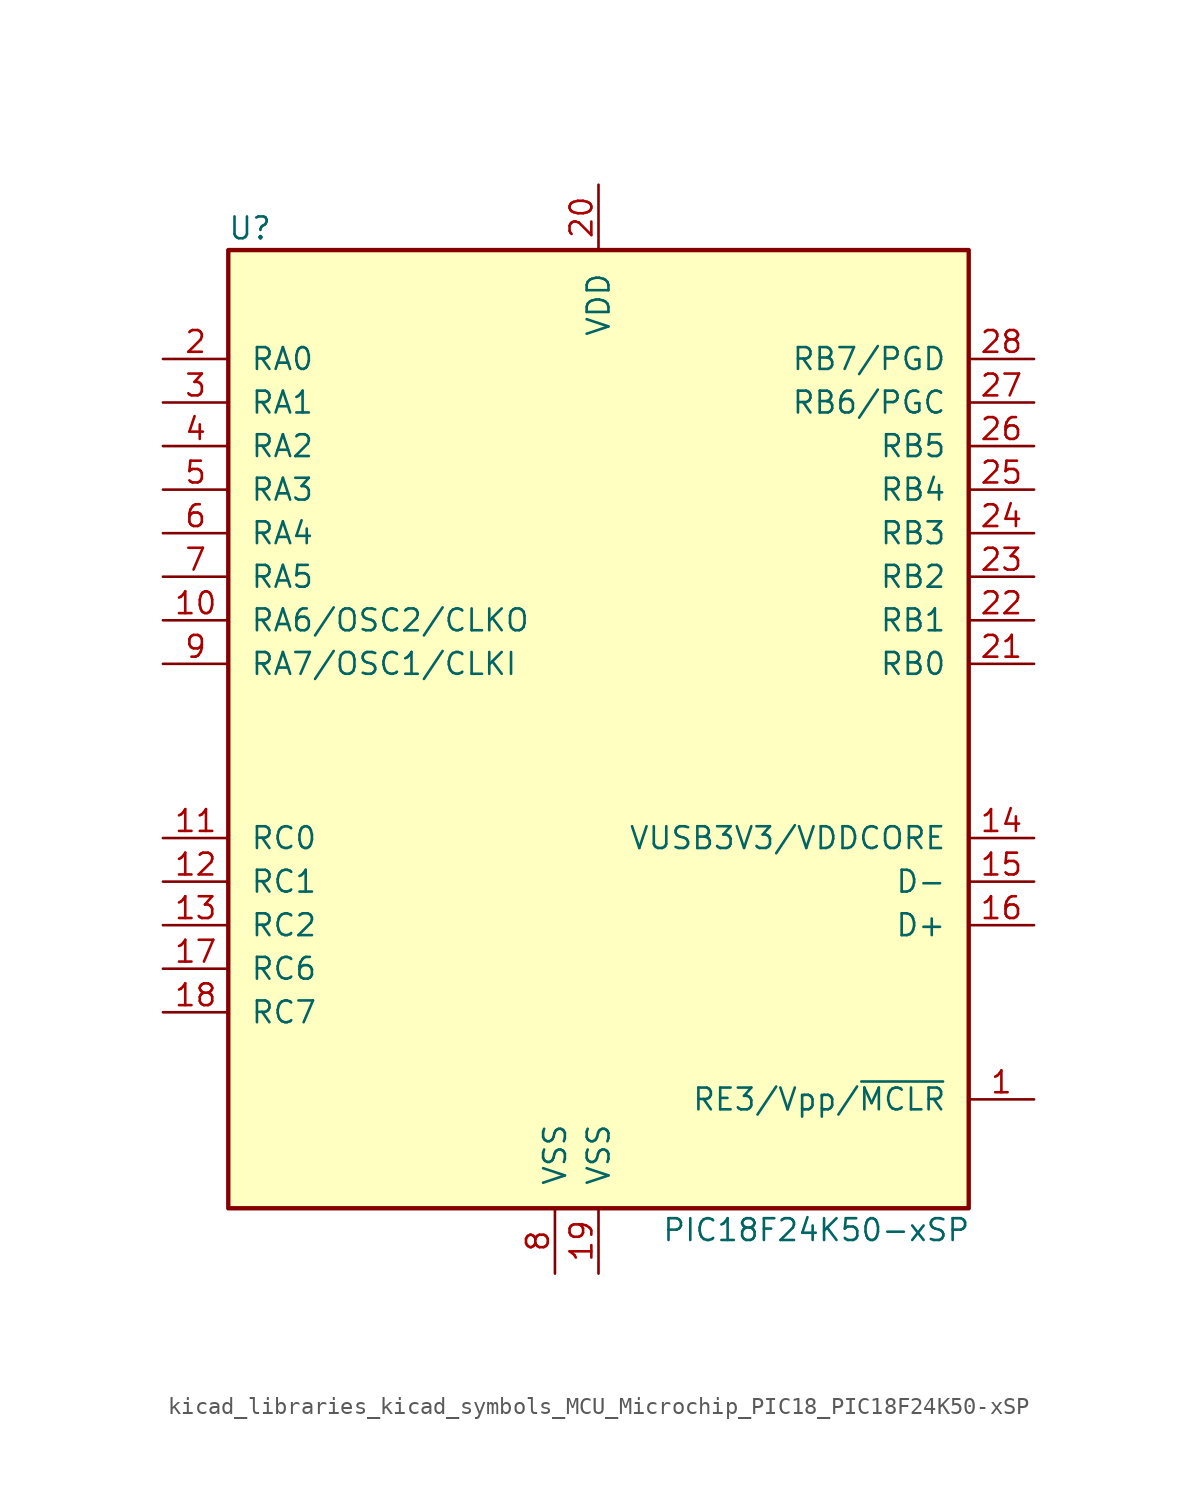
<source format=kicad_sym>
(kicad_symbol_lib
  (version 20220914)
  (generator kicad_symbol_editor)
  (symbol "kicad_libraries_kicad_symbols_MCU_Microchip_PIC18_PIC18F24K50-xSP"
    (pin_names
      (offset 1.27))
    (property "Reference" "U"
      (at -20.32 30.48 0)
      (effects (font (size 1.27 1.27))))
    (property "Value" "PIC18F24K50-xSP"
      (at 12.7 -27.94 0)
      (effects (font (size 1.27 1.27))))
    (symbol "kicad_libraries_kicad_symbols_MCU_Microchip_PIC18_PIC18F24K50-xSP_0_1"
      (rectangle (start -21.59 29.21) (end 21.59 -26.67) (stroke (width 0.254) (type default)) (fill (type background))))
    (symbol "kicad_libraries_kicad_symbols_MCU_Microchip_PIC18_PIC18F24K50-xSP_1_1"
      (pin input line (at 25.4 -20.32 180) (length 3.81) (name "RE3/Vpp/~{MCLR}" (effects (font (size 1.27 1.27)))) (number "1" (effects (font (size 1.27 1.27)))))
      (pin output line (at -25.4 7.62 0) (length 3.81) (name "RA6/OSC2/CLKO" (effects (font (size 1.27 1.27)))) (number "10" (effects (font (size 1.27 1.27)))))
      (pin bidirectional line (at -25.4 -5.08 0) (length 3.81) (name "RC0" (effects (font (size 1.27 1.27)))) (number "11" (effects (font (size 1.27 1.27)))))
      (pin bidirectional line (at -25.4 -7.62 0) (length 3.81) (name "RC1" (effects (font (size 1.27 1.27)))) (number "12" (effects (font (size 1.27 1.27)))))
      (pin bidirectional line (at -25.4 -10.16 0) (length 3.81) (name "RC2" (effects (font (size 1.27 1.27)))) (number "13" (effects (font (size 1.27 1.27)))))
      (pin bidirectional line (at 25.4 -5.08 180) (length 3.81) (name "VUSB3V3/VDDCORE" (effects (font (size 1.27 1.27)))) (number "14" (effects (font (size 1.27 1.27)))))
      (pin bidirectional line (at 25.4 -7.62 180) (length 3.81) (name "D-" (effects (font (size 1.27 1.27)))) (number "15" (effects (font (size 1.27 1.27)))))
      (pin bidirectional line (at 25.4 -10.16 180) (length 3.81) (name "D+" (effects (font (size 1.27 1.27)))) (number "16" (effects (font (size 1.27 1.27)))))
      (pin bidirectional line (at -25.4 -12.7 0) (length 3.81) (name "RC6" (effects (font (size 1.27 1.27)))) (number "17" (effects (font (size 1.27 1.27)))))
      (pin bidirectional line (at -25.4 -15.24 0) (length 3.81) (name "RC7" (effects (font (size 1.27 1.27)))) (number "18" (effects (font (size 1.27 1.27)))))
      (pin power_in line (at 0 -30.48 90) (length 3.81) (name "VSS" (effects (font (size 1.27 1.27)))) (number "19" (effects (font (size 1.27 1.27)))))
      (pin bidirectional line (at -25.4 22.86 0) (length 3.81) (name "RA0" (effects (font (size 1.27 1.27)))) (number "2" (effects (font (size 1.27 1.27)))))
      (pin power_in line (at 0 33.02 270) (length 3.81) (name "VDD" (effects (font (size 1.27 1.27)))) (number "20" (effects (font (size 1.27 1.27)))))
      (pin bidirectional line (at 25.4 5.08 180) (length 3.81) (name "RB0" (effects (font (size 1.27 1.27)))) (number "21" (effects (font (size 1.27 1.27)))))
      (pin bidirectional line (at 25.4 7.62 180) (length 3.81) (name "RB1" (effects (font (size 1.27 1.27)))) (number "22" (effects (font (size 1.27 1.27)))))
      (pin bidirectional line (at 25.4 10.16 180) (length 3.81) (name "RB2" (effects (font (size 1.27 1.27)))) (number "23" (effects (font (size 1.27 1.27)))))
      (pin bidirectional line (at 25.4 12.7 180) (length 3.81) (name "RB3" (effects (font (size 1.27 1.27)))) (number "24" (effects (font (size 1.27 1.27)))))
      (pin bidirectional line (at 25.4 15.24 180) (length 3.81) (name "RB4" (effects (font (size 1.27 1.27)))) (number "25" (effects (font (size 1.27 1.27)))))
      (pin bidirectional line (at 25.4 17.78 180) (length 3.81) (name "RB5" (effects (font (size 1.27 1.27)))) (number "26" (effects (font (size 1.27 1.27)))))
      (pin bidirectional line (at 25.4 20.32 180) (length 3.81) (name "RB6/PGC" (effects (font (size 1.27 1.27)))) (number "27" (effects (font (size 1.27 1.27)))))
      (pin bidirectional line (at 25.4 22.86 180) (length 3.81) (name "RB7/PGD" (effects (font (size 1.27 1.27)))) (number "28" (effects (font (size 1.27 1.27)))))
      (pin bidirectional line (at -25.4 20.32 0) (length 3.81) (name "RA1" (effects (font (size 1.27 1.27)))) (number "3" (effects (font (size 1.27 1.27)))))
      (pin bidirectional line (at -25.4 17.78 0) (length 3.81) (name "RA2" (effects (font (size 1.27 1.27)))) (number "4" (effects (font (size 1.27 1.27)))))
      (pin bidirectional line (at -25.4 15.24 0) (length 3.81) (name "RA3" (effects (font (size 1.27 1.27)))) (number "5" (effects (font (size 1.27 1.27)))))
      (pin bidirectional line (at -25.4 12.7 0) (length 3.81) (name "RA4" (effects (font (size 1.27 1.27)))) (number "6" (effects (font (size 1.27 1.27)))))
      (pin bidirectional line (at -25.4 10.16 0) (length 3.81) (name "RA5" (effects (font (size 1.27 1.27)))) (number "7" (effects (font (size 1.27 1.27)))))
      (pin power_in line (at -2.54 -30.48 90) (length 3.81) (name "VSS" (effects (font (size 1.27 1.27)))) (number "8" (effects (font (size 1.27 1.27)))))
      (pin input line (at -25.4 5.08 0) (length 3.81) (name "RA7/OSC1/CLKI" (effects (font (size 1.27 1.27)))) (number "9" (effects (font (size 1.27 1.27))))))))
</source>
